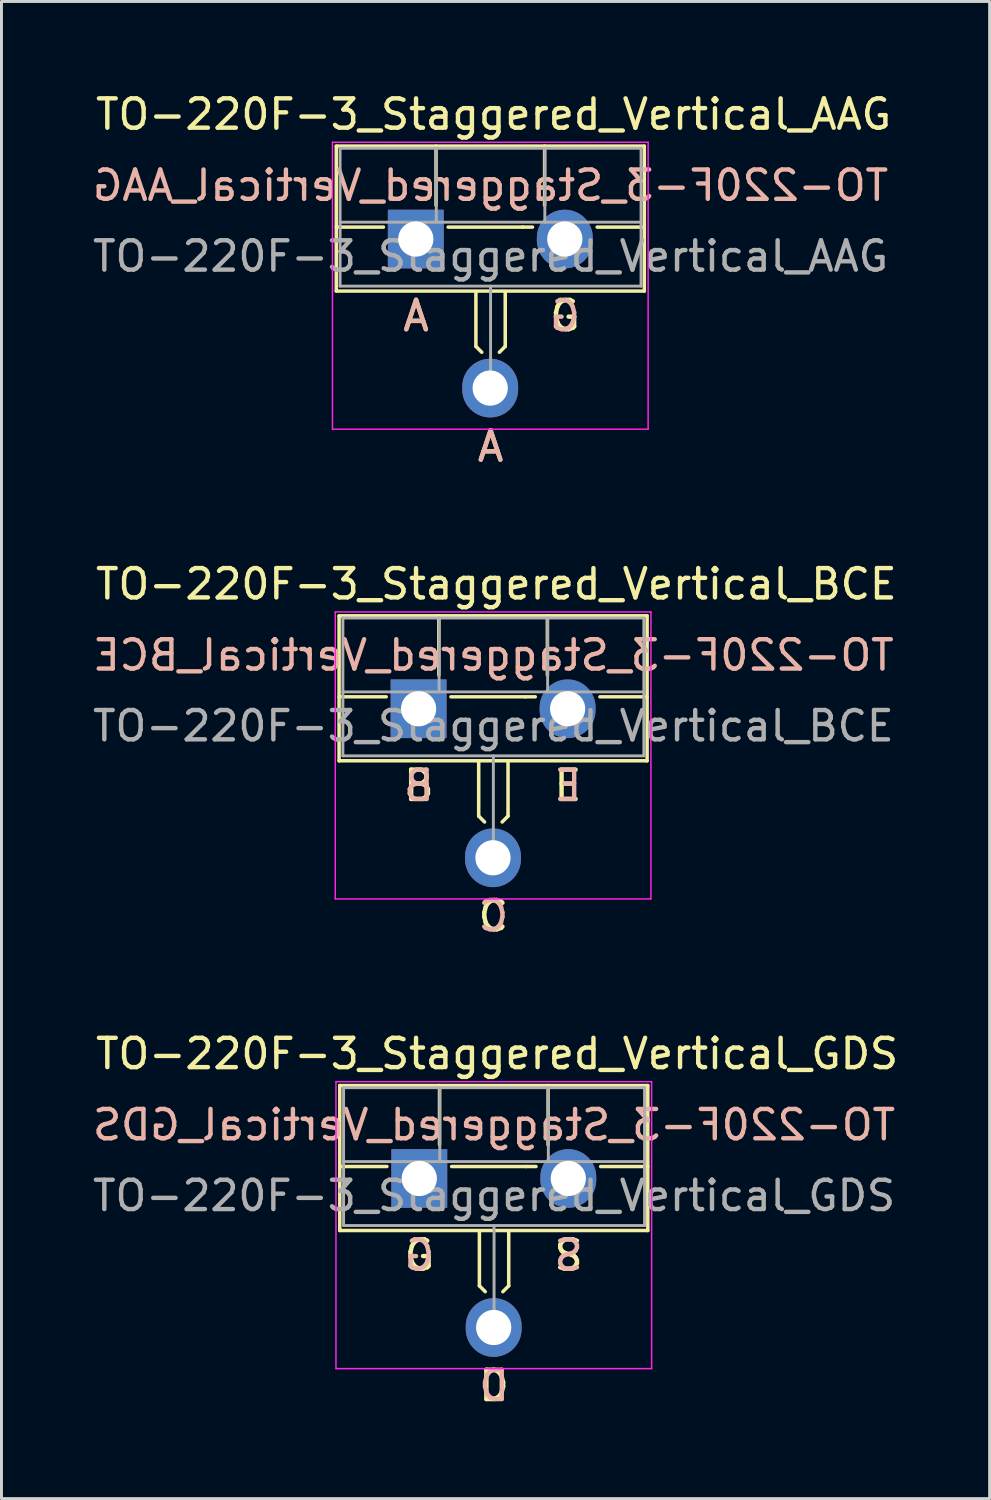
<source format=kicad_pcb>
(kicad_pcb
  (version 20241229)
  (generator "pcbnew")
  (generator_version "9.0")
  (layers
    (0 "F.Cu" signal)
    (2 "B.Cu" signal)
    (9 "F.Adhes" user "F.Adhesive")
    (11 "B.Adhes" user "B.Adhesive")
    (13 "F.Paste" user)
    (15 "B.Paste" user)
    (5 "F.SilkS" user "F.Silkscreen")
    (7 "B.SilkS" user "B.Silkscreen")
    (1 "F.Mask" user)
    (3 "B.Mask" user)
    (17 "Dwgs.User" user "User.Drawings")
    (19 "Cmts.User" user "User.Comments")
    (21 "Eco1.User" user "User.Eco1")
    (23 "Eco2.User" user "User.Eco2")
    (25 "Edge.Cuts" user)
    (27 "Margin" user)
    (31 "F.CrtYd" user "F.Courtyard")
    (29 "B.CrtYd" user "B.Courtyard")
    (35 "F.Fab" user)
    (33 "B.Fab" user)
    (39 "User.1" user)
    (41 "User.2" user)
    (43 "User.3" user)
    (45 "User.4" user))
  (footprint "TO-220F-3_Staggered_Vertical_AAG"
    (layer "F.Cu")
    (at 11.133 5.051)
    (property "Reference" "TO-220F-3_Staggered_Vertical_AAG" (at 2.642 -4.203 0) (layer "F.SilkS") (effects (font (size 1 1) (thickness 0.15))))
    (fp_line (start -2.719 -3.12) (end -2.719 1.821) (stroke (width 0.12) (type solid)) (layer "F.SilkS"))
    (fp_line (start -2.719 -3.12) (end 7.781 -3.12) (stroke (width 0.12) (type solid)) (layer "F.SilkS"))
    (fp_line (start -2.719 -0.36) (end -1.112 -0.36) (stroke (width 0.12) (type solid)) (layer "F.SilkS"))
    (fp_line (start -2.719 1.821) (end 7.781 1.821) (stroke (width 0.12) (type solid)) (layer "F.SilkS"))
    (fp_line (start 0.681 -3.12) (end 0.681 -1.102) (stroke (width 0.12) (type solid)) (layer "F.SilkS"))
    (fp_line (start 1.094 -0.36) (end 3.634 -0.36) (stroke (width 0.12) (type solid)) (layer "F.SilkS"))
    (fp_line (start 2.04 1.841) (end 2.04 3.707) (stroke (width 0.12) (type solid)) (layer "F.SilkS"))
    (fp_line (start 2.04 3.707) (end 2.24 3.907) (stroke (width 0.12) (type solid)) (layer "F.SilkS"))
    (fp_line (start 3.04 1.841) (end 3.04 3.707) (stroke (width 0.12) (type solid)) (layer "F.SilkS"))
    (fp_line (start 3.04 3.707) (end 2.84 3.907) (stroke (width 0.12) (type solid)) (layer "F.SilkS"))
    (fp_line (start 3.634 -0.36) (end 3.969 -0.36) (stroke (width 0.12) (type solid)) (layer "F.SilkS"))
    (fp_line (start 4.382 -3.12) (end 4.382 -1.102) (stroke (width 0.12) (type solid)) (layer "F.SilkS"))
    (fp_line (start 6.174 -0.36) (end 7.781 -0.36) (stroke (width 0.12) (type solid)) (layer "F.SilkS"))
    (fp_line (start 7.781 -3.12) (end 7.781 1.821) (stroke (width 0.12) (type solid)) (layer "F.SilkS"))
    (fp_line (start -2.849 -3.252) (end -2.849 6.53) (stroke (width 0.05) (type solid)) (layer "F.CrtYd"))
    (fp_line (start -2.849 6.53) (end 7.911 6.53) (stroke (width 0.05) (type solid)) (layer "F.CrtYd"))
    (fp_line (start 7.911 -3.252) (end -2.849 -3.252) (stroke (width 0.05) (type solid)) (layer "F.CrtYd"))
    (fp_line (start 7.911 6.53) (end 7.911 -3.252) (stroke (width 0.05) (type solid)) (layer "F.CrtYd"))
    (fp_line (start -2.59 -3.047) (end -2.59 1.653) (stroke (width 0.1) (type solid)) (layer "F.Fab"))
    (fp_line (start -2.59 -0.527) (end 7.67 -0.527) (stroke (width 0.1) (type solid)) (layer "F.Fab"))
    (fp_line (start -2.59 1.653) (end 7.67 1.653) (stroke (width 0.1) (type solid)) (layer "F.Fab"))
    (fp_line (start 0.69 -3.047) (end 0.69 -0.527) (stroke (width 0.1) (type solid)) (layer "F.Fab"))
    (fp_line (start 2.54 5.08) (end 2.54 1.653) (stroke (width 0.1) (type solid)) (layer "F.Fab"))
    (fp_line (start 4.39 -3.047) (end 4.39 -0.527) (stroke (width 0.1) (type solid)) (layer "F.Fab"))
    (fp_line (start 7.67 -3.047) (end -2.59 -3.047) (stroke (width 0.1) (type solid)) (layer "F.Fab"))
    (fp_line (start 7.67 1.653) (end 7.67 -3.047) (stroke (width 0.1) (type solid)) (layer "F.Fab"))
    (fp_text user "A" (at 2.54 7.112 0) (unlocked yes) (layer "F.SilkS") (effects (font (size 1 1) (thickness 0.15))))
    (fp_text user "G" (at 5.08 2.667 0) (unlocked yes) (layer "F.SilkS") (effects (font (size 1 1) (thickness 0.15))))
    (fp_text user "A" (at 0 2.667 0) (unlocked yes) (layer "F.SilkS") (effects (font (size 1 1) (thickness 0.15))))
    (fp_text user "A" (at 0 2.667 0) (unlocked yes) (layer "B.SilkS") (effects (font (size 1 1) (thickness 0.15)) (justify mirror)))
    (fp_text user "A" (at 2.54 7.112 0) (unlocked yes) (layer "B.SilkS") (effects (font (size 1 1) (thickness 0.15)) (justify mirror)))
    (fp_text user "${REFERENCE}" (at 2.54 -1.778 0) (layer "B.SilkS") (effects (font (size 1 1) (thickness 0.15)) (justify mirror)))
    (fp_text user "G" (at 5.08 2.667 0) (unlocked yes) (layer "B.SilkS") (effects (font (size 1 1) (thickness 0.15)) (justify mirror)))
    (fp_text user "${REFERENCE}" (at 2.54 0.635 0) (layer "F.Fab") (effects (font (size 1 1) (thickness 0.15))))
    (pad "1" thru_hole rect (at -0.009 0.048) (size 1.905 2) (drill 1.2) (layers "*.Cu" "*.Mask"))
    (pad "2" thru_hole oval (at 2.527 5.128) (size 1.905 2) (drill 1.2) (layers "*.Cu" "*.Mask"))
    (pad "3" thru_hole oval (at 5.071 0.048) (size 1.905 2) (drill 1.2) (layers "*.Cu" "*.Mask")))
  (footprint "TO-220F-3_Staggered_Vertical_BCE"
    (layer "F.Cu")
    (at 11.228 21.063)
    (property "Reference" "TO-220F-3_Staggered_Vertical_BCE" (at 2.642 -4.203 0) (layer "F.SilkS") (effects (font (size 1 1) (thickness 0.15))))
    (fp_line (start -2.719 -3.12) (end -2.719 1.821) (stroke (width 0.12) (type solid)) (layer "F.SilkS"))
    (fp_line (start -2.719 -3.12) (end 7.781 -3.12) (stroke (width 0.12) (type solid)) (layer "F.SilkS"))
    (fp_line (start -2.719 -0.36) (end -1.112 -0.36) (stroke (width 0.12) (type solid)) (layer "F.SilkS"))
    (fp_line (start -2.719 1.821) (end 7.781 1.821) (stroke (width 0.12) (type solid)) (layer "F.SilkS"))
    (fp_line (start 0.681 -3.12) (end 0.681 -1.102) (stroke (width 0.12) (type solid)) (layer "F.SilkS"))
    (fp_line (start 1.094 -0.36) (end 3.634 -0.36) (stroke (width 0.12) (type solid)) (layer "F.SilkS"))
    (fp_line (start 2.04 1.841) (end 2.04 3.707) (stroke (width 0.12) (type solid)) (layer "F.SilkS"))
    (fp_line (start 2.04 3.707) (end 2.24 3.907) (stroke (width 0.12) (type solid)) (layer "F.SilkS"))
    (fp_line (start 3.04 1.841) (end 3.04 3.707) (stroke (width 0.12) (type solid)) (layer "F.SilkS"))
    (fp_line (start 3.04 3.707) (end 2.84 3.907) (stroke (width 0.12) (type solid)) (layer "F.SilkS"))
    (fp_line (start 3.634 -0.36) (end 3.969 -0.36) (stroke (width 0.12) (type solid)) (layer "F.SilkS"))
    (fp_line (start 4.382 -3.12) (end 4.382 -1.102) (stroke (width 0.12) (type solid)) (layer "F.SilkS"))
    (fp_line (start 6.174 -0.36) (end 7.781 -0.36) (stroke (width 0.12) (type solid)) (layer "F.SilkS"))
    (fp_line (start 7.781 -3.12) (end 7.781 1.821) (stroke (width 0.12) (type solid)) (layer "F.SilkS"))
    (fp_line (start -2.849 -3.252) (end -2.849 6.53) (stroke (width 0.05) (type solid)) (layer "F.CrtYd"))
    (fp_line (start -2.849 6.53) (end 7.911 6.53) (stroke (width 0.05) (type solid)) (layer "F.CrtYd"))
    (fp_line (start 7.911 -3.252) (end -2.849 -3.252) (stroke (width 0.05) (type solid)) (layer "F.CrtYd"))
    (fp_line (start 7.911 6.53) (end 7.911 -3.252) (stroke (width 0.05) (type solid)) (layer "F.CrtYd"))
    (fp_line (start -2.59 -3.047) (end -2.59 1.653) (stroke (width 0.1) (type solid)) (layer "F.Fab"))
    (fp_line (start -2.59 -0.527) (end 7.67 -0.527) (stroke (width 0.1) (type solid)) (layer "F.Fab"))
    (fp_line (start -2.59 1.653) (end 7.67 1.653) (stroke (width 0.1) (type solid)) (layer "F.Fab"))
    (fp_line (start 0.69 -3.047) (end 0.69 -0.527) (stroke (width 0.1) (type solid)) (layer "F.Fab"))
    (fp_line (start 2.54 5.08) (end 2.54 1.653) (stroke (width 0.1) (type solid)) (layer "F.Fab"))
    (fp_line (start 4.39 -3.047) (end 4.39 -0.527) (stroke (width 0.1) (type solid)) (layer "F.Fab"))
    (fp_line (start 7.67 -3.047) (end -2.59 -3.047) (stroke (width 0.1) (type solid)) (layer "F.Fab"))
    (fp_line (start 7.67 1.653) (end 7.67 -3.047) (stroke (width 0.1) (type solid)) (layer "F.Fab"))
    (fp_text user "E" (at 5.08 2.667 0) (unlocked yes) (layer "F.SilkS") (effects (font (size 1 1) (thickness 0.15))))
    (fp_text user "C" (at 2.54 7.112 0) (unlocked yes) (layer "F.SilkS") (effects (font (size 1 1) (thickness 0.15))))
    (fp_text user "B" (at 0 2.667 0) (unlocked yes) (layer "F.SilkS") (effects (font (size 1 1) (thickness 0.15))))
    (fp_text user "B" (at 0 2.667 0) (unlocked yes) (layer "B.SilkS") (effects (font (size 1 1) (thickness 0.15)) (justify mirror)))
    (fp_text user "${REFERENCE}" (at 2.54 -1.778 0) (layer "B.SilkS") (effects (font (size 1 1) (thickness 0.15)) (justify mirror)))
    (fp_text user "E" (at 5.08 2.667 0) (unlocked yes) (layer "B.SilkS") (effects (font (size 1 1) (thickness 0.15)) (justify mirror)))
    (fp_text user "C" (at 2.54 7.112 0) (unlocked yes) (layer "B.SilkS") (effects (font (size 1 1) (thickness 0.15)) (justify mirror)))
    (fp_text user "${REFERENCE}" (at 2.54 0.635 0) (layer "F.Fab") (effects (font (size 1 1) (thickness 0.15))))
    (pad "1" thru_hole rect (at -0.009 0.048) (size 1.905 2) (drill 1.2) (layers "*.Cu" "*.Mask"))
    (pad "2" thru_hole oval (at 2.527 5.128) (size 1.905 2) (drill 1.2) (layers "*.Cu" "*.Mask"))
    (pad "3" thru_hole oval (at 5.071 0.048) (size 1.905 2) (drill 1.2) (layers "*.Cu" "*.Mask")))
  (footprint "TO-220F-3_Staggered_Vertical_GDS"
    (layer "F.Cu")
    (at 11.252 37.075)
    (property "Reference" "TO-220F-3_Staggered_Vertical_GDS" (at 2.642 -4.203 0) (layer "F.SilkS") (effects (font (size 1 1) (thickness 0.15))))
    (fp_line (start -2.719 -3.12) (end -2.719 1.821) (stroke (width 0.12) (type solid)) (layer "F.SilkS"))
    (fp_line (start -2.719 -3.12) (end 7.781 -3.12) (stroke (width 0.12) (type solid)) (layer "F.SilkS"))
    (fp_line (start -2.719 -0.36) (end -1.112 -0.36) (stroke (width 0.12) (type solid)) (layer "F.SilkS"))
    (fp_line (start -2.719 1.821) (end 7.781 1.821) (stroke (width 0.12) (type solid)) (layer "F.SilkS"))
    (fp_line (start 0.681 -3.12) (end 0.681 -1.102) (stroke (width 0.12) (type solid)) (layer "F.SilkS"))
    (fp_line (start 1.094 -0.36) (end 3.634 -0.36) (stroke (width 0.12) (type solid)) (layer "F.SilkS"))
    (fp_line (start 2.04 1.841) (end 2.04 3.707) (stroke (width 0.12) (type solid)) (layer "F.SilkS"))
    (fp_line (start 2.04 3.707) (end 2.24 3.907) (stroke (width 0.12) (type solid)) (layer "F.SilkS"))
    (fp_line (start 3.04 1.841) (end 3.04 3.707) (stroke (width 0.12) (type solid)) (layer "F.SilkS"))
    (fp_line (start 3.04 3.707) (end 2.84 3.907) (stroke (width 0.12) (type solid)) (layer "F.SilkS"))
    (fp_line (start 3.634 -0.36) (end 3.969 -0.36) (stroke (width 0.12) (type solid)) (layer "F.SilkS"))
    (fp_line (start 4.382 -3.12) (end 4.382 -1.102) (stroke (width 0.12) (type solid)) (layer "F.SilkS"))
    (fp_line (start 6.174 -0.36) (end 7.781 -0.36) (stroke (width 0.12) (type solid)) (layer "F.SilkS"))
    (fp_line (start 7.781 -3.12) (end 7.781 1.821) (stroke (width 0.12) (type solid)) (layer "F.SilkS"))
    (fp_line (start -2.849 -3.252) (end -2.849 6.53) (stroke (width 0.05) (type solid)) (layer "F.CrtYd"))
    (fp_line (start -2.849 6.53) (end 7.911 6.53) (stroke (width 0.05) (type solid)) (layer "F.CrtYd"))
    (fp_line (start 7.911 -3.252) (end -2.849 -3.252) (stroke (width 0.05) (type solid)) (layer "F.CrtYd"))
    (fp_line (start 7.911 6.53) (end 7.911 -3.252) (stroke (width 0.05) (type solid)) (layer "F.CrtYd"))
    (fp_line (start -2.59 -3.047) (end -2.59 1.653) (stroke (width 0.1) (type solid)) (layer "F.Fab"))
    (fp_line (start -2.59 -0.527) (end 7.67 -0.527) (stroke (width 0.1) (type solid)) (layer "F.Fab"))
    (fp_line (start -2.59 1.653) (end 7.67 1.653) (stroke (width 0.1) (type solid)) (layer "F.Fab"))
    (fp_line (start 0.69 -3.047) (end 0.69 -0.527) (stroke (width 0.1) (type solid)) (layer "F.Fab"))
    (fp_line (start 2.54 5.08) (end 2.54 1.653) (stroke (width 0.1) (type solid)) (layer "F.Fab"))
    (fp_line (start 4.39 -3.047) (end 4.39 -0.527) (stroke (width 0.1) (type solid)) (layer "F.Fab"))
    (fp_line (start 7.67 -3.047) (end -2.59 -3.047) (stroke (width 0.1) (type solid)) (layer "F.Fab"))
    (fp_line (start 7.67 1.653) (end 7.67 -3.047) (stroke (width 0.1) (type solid)) (layer "F.Fab"))
    (fp_text user "D" (at 2.54 7.112 0) (unlocked yes) (layer "F.SilkS") (effects (font (size 1 1) (thickness 0.15))))
    (fp_text user "G" (at 0 2.667 0) (unlocked yes) (layer "F.SilkS") (effects (font (size 1 1) (thickness 0.15))))
    (fp_text user "S" (at 5.08 2.667 0) (unlocked yes) (layer "F.SilkS") (effects (font (size 1 1) (thickness 0.15))))
    (fp_text user "G" (at 0 2.667 0) (unlocked yes) (layer "B.SilkS") (effects (font (size 1 1) (thickness 0.15)) (justify mirror)))
    (fp_text user "S" (at 5.08 2.667 0) (unlocked yes) (layer "B.SilkS") (effects (font (size 1 1) (thickness 0.15)) (justify mirror)))
    (fp_text user "D" (at 2.54 7.112 0) (unlocked yes) (layer "B.SilkS") (effects (font (size 1 1) (thickness 0.15)) (justify mirror)))
    (fp_text user "${REFERENCE}" (at 2.54 -1.778 0) (layer "B.SilkS") (effects (font (size 1 1) (thickness 0.15)) (justify mirror)))
    (fp_text user "${REFERENCE}" (at 2.54 0.635 0) (layer "F.Fab") (effects (font (size 1 1) (thickness 0.15))))
    (pad "1" thru_hole rect (at -0.009 0.048) (size 1.905 2) (drill 1.2) (layers "*.Cu" "*.Mask"))
    (pad "2" thru_hole oval (at 2.527 5.128) (size 1.905 2) (drill 1.2) (layers "*.Cu" "*.Mask"))
    (pad "3" thru_hole oval (at 5.071 0.048) (size 1.905 2) (drill 1.2) (layers "*.Cu" "*.Mask")))
  (gr_rect
    (start -3 -3)
    (end 30.685 48.035)
    (stroke (width 0.1) (type default))
    (fill no)
    (layer "Edge.Cuts")))
</source>
